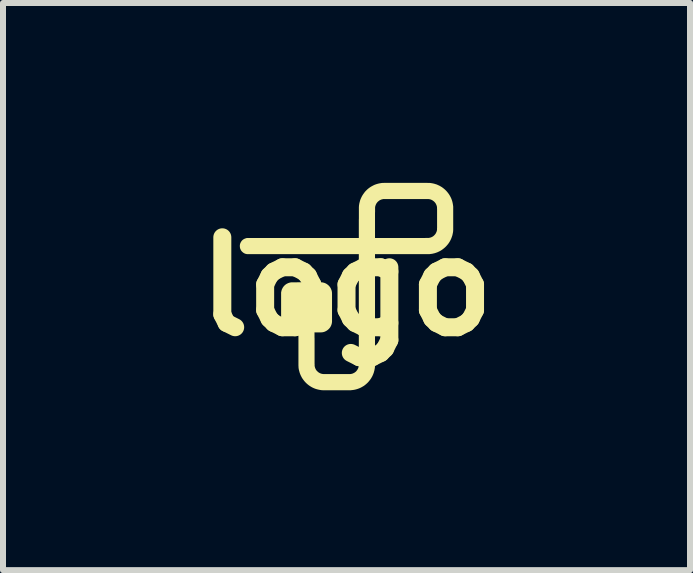
<source format=kicad_pcb>
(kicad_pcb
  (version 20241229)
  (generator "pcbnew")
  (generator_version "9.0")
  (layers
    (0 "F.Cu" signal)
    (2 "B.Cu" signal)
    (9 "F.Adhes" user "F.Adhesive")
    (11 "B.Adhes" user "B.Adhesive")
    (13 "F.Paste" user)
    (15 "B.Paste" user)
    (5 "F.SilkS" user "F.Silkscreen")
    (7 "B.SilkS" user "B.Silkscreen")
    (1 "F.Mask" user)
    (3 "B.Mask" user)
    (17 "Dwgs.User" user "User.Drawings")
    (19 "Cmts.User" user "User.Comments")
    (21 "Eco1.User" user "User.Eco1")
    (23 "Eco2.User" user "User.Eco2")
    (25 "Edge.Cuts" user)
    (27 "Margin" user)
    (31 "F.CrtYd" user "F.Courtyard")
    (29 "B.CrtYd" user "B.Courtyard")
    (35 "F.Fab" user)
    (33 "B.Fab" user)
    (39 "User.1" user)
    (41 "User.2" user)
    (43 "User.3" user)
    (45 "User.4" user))
  (footprint "logo"
    (layer "F.Cu")
    (at 2.729 1.729)
    (property "Reference" "logo" (at 0 0 0) (layer "F.SilkS") (effects (font (size 1.5 1.5) (thickness 0.3))))
    (attr board_only exclude_from_pos_files exclude_from_bom)
    (fp_poly (pts (xy 1.141 -1.729) (xy 1.162 -1.729) (xy 1.181 -1.729) (xy 1.199 -1.729) (xy 1.216 -1.729) (xy 1.232 -1.729) (xy 1.247 -1.729) (xy 1.262 -1.729) (xy 1.275 -1.729) (xy 1.287 -1.729) (xy 1.298 -1.729) (xy 1.309 -1.729) (xy 1.318 -1.729) (xy 1.327 -1.729) (xy 1.336 -1.729) (xy 1.343 -1.729) (xy 1.35 -1.729) (xy 1.356 -1.728) (xy 1.362 -1.728) (xy 1.367 -1.728) (xy 1.372 -1.728) (xy 1.376 -1.728) (xy 1.38 -1.728) (xy 1.384 -1.728) (xy 1.387 -1.728) (xy 1.389 -1.728) (xy 1.392 -1.728) (xy 1.394 -1.727) (xy 1.396 -1.727) (xy 1.398 -1.727) (xy 1.4 -1.727) (xy 1.402 -1.727) (xy 1.403 -1.726) (xy 1.405 -1.726) (xy 1.406 -1.726) (xy 1.408 -1.726) (xy 1.41 -1.726) (xy 1.412 -1.725) (xy 1.436 -1.721) (xy 1.459 -1.716) (xy 1.482 -1.709) (xy 1.505 -1.702) (xy 1.527 -1.692) (xy 1.549 -1.682) (xy 1.57 -1.67) (xy 1.59 -1.658) (xy 1.609 -1.644) (xy 1.628 -1.629) (xy 1.646 -1.613) (xy 1.663 -1.596) (xy 1.679 -1.578) (xy 1.694 -1.559) (xy 1.708 -1.54) (xy 1.721 -1.519) (xy 1.733 -1.497) (xy 1.744 -1.475) (xy 1.753 -1.452) (xy 1.761 -1.429) (xy 1.767 -1.406) (xy 1.772 -1.382) (xy 1.776 -1.357) (xy 1.779 -1.333) (xy 1.779 -1.331) (xy 1.779 -1.329) (xy 1.779 -1.326) (xy 1.779 -1.322) (xy 1.779 -1.317) (xy 1.779 -1.311) (xy 1.779 -1.304) (xy 1.779 -1.295) (xy 1.779 -1.286) (xy 1.779 -1.275) (xy 1.779 -1.263) (xy 1.779 -1.25) (xy 1.779 -1.235) (xy 1.779 -1.22) (xy 1.779 -1.203) (xy 1.779 -1.184) (xy 1.779 -1.165) (xy 1.779 -1.144) (xy 1.779 -1.127) (xy 1.779 -1.107) (xy 1.779 -1.089) (xy 1.779 -1.072) (xy 1.779 -1.056) (xy 1.779 -1.041) (xy 1.779 -1.028) (xy 1.779 -1.015) (xy 1.779 -1.004) (xy 1.779 -0.994) (xy 1.779 -0.984) (xy 1.779 -0.976) (xy 1.779 -0.968) (xy 1.779 -0.961) (xy 1.779 -0.955) (xy 1.779 -0.949) (xy 1.779 -0.944) (xy 1.779 -0.939) (xy 1.778 -0.935) (xy 1.778 -0.932) (xy 1.778 -0.929) (xy 1.778 -0.926) (xy 1.778 -0.923) (xy 1.777 -0.921) (xy 1.777 -0.918) (xy 1.777 -0.916) (xy 1.777 -0.914) (xy 1.776 -0.912) (xy 1.776 -0.909) (xy 1.776 -0.907) (xy 1.775 -0.905) (xy 1.775 -0.902) (xy 1.77 -0.878) (xy 1.765 -0.854) (xy 1.757 -0.831) (xy 1.749 -0.808) (xy 1.739 -0.785) (xy 1.728 -0.763) (xy 1.716 -0.742) (xy 1.708 -0.73) (xy 1.694 -0.71) (xy 1.679 -0.692) (xy 1.663 -0.674) (xy 1.646 -0.657) (xy 1.628 -0.641) (xy 1.609 -0.626) (xy 1.59 -0.612) (xy 1.57 -0.599) (xy 1.566 -0.597) (xy 1.56 -0.594) (xy 1.553 -0.59) (xy 1.546 -0.586) (xy 1.538 -0.583) (xy 1.531 -0.579) (xy 1.524 -0.576) (xy 1.517 -0.573) (xy 1.513 -0.571) (xy 1.493 -0.564) (xy 1.472 -0.557) (xy 1.451 -0.552) (xy 1.429 -0.547) (xy 1.407 -0.544) (xy 1.398 -0.543) (xy 1.384 -0.541) (xy 0.93 -0.541) (xy 0.475 -0.541) (xy 0.475 0.394) (xy 0.475 0.438) (xy 0.475 0.481) (xy 0.475 0.522) (xy 0.475 0.562) (xy 0.475 0.601) (xy 0.475 0.638) (xy 0.475 0.674) (xy 0.475 0.709) (xy 0.475 0.742) (xy 0.475 0.774) (xy 0.475 0.806) (xy 0.475 0.835) (xy 0.475 0.864) (xy 0.475 0.892) (xy 0.475 0.918) (xy 0.475 0.944) (xy 0.475 0.968) (xy 0.475 0.992) (xy 0.475 1.014) (xy 0.475 1.035) (xy 0.475 1.056) (xy 0.475 1.075) (xy 0.475 1.094) (xy 0.475 1.111) (xy 0.475 1.128) (xy 0.475 1.144) (xy 0.475 1.159) (xy 0.475 1.173) (xy 0.475 1.187) (xy 0.475 1.199) (xy 0.475 1.211) (xy 0.475 1.223) (xy 0.475 1.233) (xy 0.475 1.243) (xy 0.475 1.252) (xy 0.475 1.261) (xy 0.475 1.269) (xy 0.475 1.277) (xy 0.475 1.283) (xy 0.475 1.29) (xy 0.475 1.296) (xy 0.474 1.301) (xy 0.474 1.306) (xy 0.474 1.31) (xy 0.474 1.315) (xy 0.474 1.318) (xy 0.474 1.322) (xy 0.474 1.324) (xy 0.474 1.327) (xy 0.474 1.329) (xy 0.474 1.331) (xy 0.474 1.333) (xy 0.474 1.335) (xy 0.474 1.336) (xy 0.474 1.337) (xy 0.474 1.338) (xy 0.474 1.339) (xy 0.474 1.34) (xy 0.474 1.34) (xy 0.474 1.341) (xy 0.472 1.356) (xy 0.47 1.37) (xy 0.467 1.384) (xy 0.465 1.397) (xy 0.462 1.406) (xy 0.456 1.43) (xy 0.448 1.453) (xy 0.439 1.475) (xy 0.429 1.497) (xy 0.417 1.518) (xy 0.405 1.538) (xy 0.391 1.557) (xy 0.376 1.576) (xy 0.361 1.594) (xy 0.344 1.611) (xy 0.326 1.627) (xy 0.308 1.642) (xy 0.289 1.656) (xy 0.269 1.668) (xy 0.248 1.68) (xy 0.226 1.691) (xy 0.204 1.7) (xy 0.181 1.708) (xy 0.161 1.714) (xy 0.141 1.719) (xy 0.12 1.723) (xy 0.099 1.726) (xy 0.077 1.728) (xy 0.074 1.729) (xy 0.072 1.729) (xy 0.07 1.729) (xy 0.066 1.729) (xy 0.06 1.729) (xy 0.054 1.729) (xy 0.046 1.729) (xy 0.038 1.729) (xy 0.028 1.729) (xy 0.018 1.729) (xy 0.007 1.729) (xy -0.006 1.729) (xy -0.018 1.729) (xy -0.032 1.729) (xy -0.045 1.729) (xy -0.06 1.729) (xy -0.075 1.729) (xy -0.09 1.729) (xy -0.105 1.729) (xy -0.121 1.729) (xy -0.137 1.729) (xy -0.153 1.729) (xy -0.169 1.729) (xy -0.185 1.729) (xy -0.201 1.729) (xy -0.217 1.729) (xy -0.232 1.729) (xy -0.248 1.729) (xy -0.263 1.729) (xy -0.277 1.729) (xy -0.291 1.729) (xy -0.304 1.729) (xy -0.317 1.729) (xy -0.329 1.729) (xy -0.34 1.729) (xy -0.351 1.729) (xy -0.361 1.729) (xy -0.369 1.729) (xy -0.377 1.729) (xy -0.383 1.729) (xy -0.389 1.729) (xy -0.393 1.729) (xy -0.396 1.729) (xy -0.397 1.729) (xy -0.397 1.729) (xy -0.423 1.727) (xy -0.448 1.723) (xy -0.472 1.718) (xy -0.496 1.712) (xy -0.519 1.705) (xy -0.542 1.696) (xy -0.564 1.686) (xy -0.585 1.675) (xy -0.606 1.662) (xy -0.627 1.648) (xy -0.632 1.644) (xy -0.651 1.629) (xy -0.669 1.613) (xy -0.686 1.596) (xy -0.702 1.578) (xy -0.717 1.559) (xy -0.731 1.54) (xy -0.744 1.52) (xy -0.755 1.499) (xy -0.766 1.477) (xy -0.775 1.455) (xy -0.783 1.432) (xy -0.789 1.409) (xy -0.795 1.386) (xy -0.799 1.363) (xy -0.799 1.361) (xy -0.799 1.359) (xy -0.799 1.357) (xy -0.8 1.355) (xy -0.8 1.354) (xy -0.8 1.352) (xy -0.8 1.35) (xy -0.8 1.348) (xy -0.801 1.346) (xy -0.801 1.344) (xy -0.801 1.342) (xy -0.801 1.339) (xy -0.801 1.336) (xy -0.801 1.333) (xy -0.801 1.329) (xy -0.801 1.325) (xy -0.802 1.32) (xy -0.802 1.315) (xy -0.802 1.309) (xy -0.802 1.302) (xy -0.802 1.295) (xy -0.802 1.287) (xy -0.802 1.279) (xy -0.802 1.269) (xy -0.802 1.259) (xy -0.802 1.248) (xy -0.802 1.236) (xy -0.802 1.222) (xy -0.802 1.208) (xy -0.802 1.193) (xy -0.802 1.177) (xy -0.802 1.159) (xy -0.802 1.14) (xy -0.802 1.12) (xy -0.802 1.099) (xy -0.802 1.076) (xy -0.802 1.058) (xy -0.802 1.034) (xy -0.802 1.012) (xy -0.802 0.99) (xy -0.802 0.971) (xy -0.802 0.952) (xy -0.802 0.935) (xy -0.802 0.918) (xy -0.802 0.903) (xy -0.802 0.889) (xy -0.802 0.876) (xy -0.802 0.864) (xy -0.802 0.853) (xy -0.802 0.843) (xy -0.802 0.834) (xy -0.802 0.826) (xy -0.802 0.818) (xy -0.802 0.812) (xy -0.802 0.805) (xy -0.802 0.8) (xy -0.802 0.795) (xy -0.802 0.791) (xy -0.802 0.788) (xy -0.802 0.784) (xy -0.802 0.782) (xy -0.802 0.78) (xy -0.802 0.778) (xy -0.802 0.776) (xy -0.802 0.775) (xy -0.801 0.774) (xy -0.801 0.773) (xy -0.801 0.77) (xy -0.801 0.767) (xy -0.8 0.766) (xy -0.8 0.765) (xy -0.801 0.765) (xy -0.803 0.765) (xy -0.806 0.765) (xy -0.811 0.765) (xy -0.816 0.765) (xy -0.822 0.764) (xy -0.829 0.764) (xy -0.837 0.764) (xy -0.845 0.764) (xy -0.854 0.764) (xy -0.86 0.764) (xy -0.871 0.764) (xy -0.88 0.764) (xy -0.889 0.764) (xy -0.896 0.764) (xy -0.902 0.764) (xy -0.907 0.764) (xy -0.911 0.764) (xy -0.915 0.764) (xy -0.918 0.764) (xy -0.92 0.763) (xy -0.923 0.763) (xy -0.925 0.763) (xy -0.926 0.763) (xy -0.928 0.763) (xy -0.93 0.762) (xy -0.93 0.762) (xy -0.946 0.759) (xy -0.961 0.755) (xy -0.975 0.75) (xy -0.989 0.743) (xy -1.003 0.735) (xy -1.007 0.733) (xy -1.02 0.723) (xy -1.032 0.712) (xy -1.043 0.701) (xy -1.053 0.688) (xy -1.062 0.675) (xy -1.07 0.661) (xy -1.077 0.647) (xy -1.082 0.632) (xy -1.087 0.616) (xy -1.089 0.6) (xy -1.09 0.591) (xy -1.09 0.589) (xy -1.091 0.587) (xy -1.091 0.584) (xy -1.091 0.58) (xy -1.091 0.575) (xy -1.091 0.569) (xy -1.091 0.562) (xy -1.091 0.554) (xy -1.091 0.545) (xy -1.091 0.535) (xy -1.091 0.524) (xy -1.091 0.512) (xy -1.091 0.498) (xy -1.091 0.484) (xy -1.091 0.468) (xy -1.091 0.451) (xy -1.091 0.433) (xy -1.091 0.413) (xy -1.091 0.392) (xy -1.091 0.37) (xy -1.091 0.346) (xy -1.091 0.34) (xy -1.091 0.098) (xy -1.089 0.089) (xy -1.086 0.074) (xy -1.082 0.059) (xy -1.077 0.045) (xy -1.07 0.031) (xy -1.063 0.018) (xy -1.058 0.011) (xy -1.049 -0.002) (xy -1.038 -0.014) (xy -1.027 -0.025) (xy -1.014 -0.035) (xy -1.001 -0.044) (xy -0.987 -0.051) (xy -0.972 -0.058) (xy -0.957 -0.063) (xy -0.942 -0.067) (xy -0.933 -0.069) (xy -0.929 -0.07) (xy -0.925 -0.07) (xy -0.92 -0.071) (xy -0.918 -0.071) (xy -0.916 -0.071) (xy -0.914 -0.071) (xy -0.909 -0.071) (xy -0.904 -0.071) (xy -0.898 -0.071) (xy -0.89 -0.071) (xy -0.881 -0.071) (xy -0.872 -0.071) (xy -0.861 -0.071) (xy -0.85 -0.071) (xy -0.837 -0.071) (xy -0.825 -0.071) (xy -0.811 -0.072) (xy -0.797 -0.072) (xy -0.782 -0.072) (xy -0.767 -0.072) (xy -0.751 -0.072) (xy -0.736 -0.072) (xy -0.719 -0.072) (xy -0.703 -0.072) (xy -0.687 -0.072) (xy -0.67 -0.072) (xy -0.653 -0.072) (xy -0.637 -0.072) (xy -0.62 -0.072) (xy -0.604 -0.072) (xy -0.588 -0.072) (xy -0.573 -0.072) (xy -0.557 -0.072) (xy -0.542 -0.072) (xy -0.528 -0.072) (xy -0.514 -0.071) (xy -0.501 -0.071) (xy -0.488 -0.071) (xy -0.477 -0.071) (xy -0.466 -0.071) (xy -0.456 -0.071) (xy -0.447 -0.071) (xy -0.439 -0.071) (xy -0.432 -0.071) (xy -0.426 -0.071) (xy -0.421 -0.071) (xy -0.418 -0.071) (xy -0.416 -0.071) (xy -0.415 -0.071) (xy -0.399 -0.069) (xy -0.383 -0.065) (xy -0.368 -0.061) (xy -0.353 -0.055) (xy -0.339 -0.048) (xy -0.325 -0.039) (xy -0.313 -0.03) (xy -0.3 -0.019) (xy -0.289 -0.008) (xy -0.279 0.005) (xy -0.27 0.018) (xy -0.262 0.032) (xy -0.256 0.047) (xy -0.25 0.061) (xy -0.246 0.077) (xy -0.246 0.078) (xy -0.246 0.08) (xy -0.245 0.082) (xy -0.245 0.083) (xy -0.245 0.084) (xy -0.244 0.086) (xy -0.244 0.087) (xy -0.244 0.088) (xy -0.244 0.09) (xy -0.243 0.092) (xy -0.243 0.094) (xy -0.243 0.096) (xy -0.243 0.099) (xy -0.243 0.102) (xy -0.243 0.105) (xy -0.243 0.109) (xy -0.242 0.113) (xy -0.242 0.118) (xy -0.242 0.124) (xy -0.242 0.13) (xy -0.242 0.137) (xy -0.242 0.144) (xy -0.242 0.153) (xy -0.242 0.162) (xy -0.242 0.172) (xy -0.242 0.183) (xy -0.242 0.195) (xy -0.242 0.208) (xy -0.242 0.222) (xy -0.242 0.238) (xy -0.242 0.254) (xy -0.242 0.272) (xy -0.242 0.291) (xy -0.242 0.311) (xy -0.242 0.333) (xy -0.242 0.339) (xy -0.242 0.364) (xy -0.242 0.387) (xy -0.242 0.409) (xy -0.242 0.43) (xy -0.242 0.45) (xy -0.242 0.468) (xy -0.242 0.485) (xy -0.242 0.5) (xy -0.242 0.514) (xy -0.242 0.527) (xy -0.242 0.539) (xy -0.242 0.549) (xy -0.242 0.558) (xy -0.242 0.566) (xy -0.242 0.572) (xy -0.242 0.578) (xy -0.242 0.582) (xy -0.242 0.585) (xy -0.242 0.587) (xy -0.242 0.587) (xy -0.243 0.592) (xy -0.243 0.597) (xy -0.244 0.602) (xy -0.244 0.606) (xy -0.244 0.607) (xy -0.248 0.622) (xy -0.252 0.637) (xy -0.258 0.652) (xy -0.265 0.666) (xy -0.273 0.68) (xy -0.282 0.692) (xy -0.293 0.704) (xy -0.304 0.715) (xy -0.316 0.725) (xy -0.329 0.734) (xy -0.342 0.742) (xy -0.357 0.749) (xy -0.371 0.755) (xy -0.385 0.759) (xy -0.389 0.76) (xy -0.392 0.76) (xy -0.396 0.761) (xy -0.399 0.762) (xy -0.403 0.762) (xy -0.407 0.763) (xy -0.411 0.763) (xy -0.416 0.763) (xy -0.421 0.764) (xy -0.427 0.764) (xy -0.433 0.764) (xy -0.441 0.764) (xy -0.449 0.764) (xy -0.459 0.764) (xy -0.47 0.764) (xy -0.479 0.764) (xy -0.535 0.764) (xy -0.535 0.766) (xy -0.535 0.768) (xy -0.535 0.77) (xy -0.534 0.771) (xy -0.534 0.771) (xy -0.534 0.773) (xy -0.534 0.775) (xy -0.534 0.778) (xy -0.534 0.782) (xy -0.534 0.787) (xy -0.534 0.793) (xy -0.534 0.8) (xy -0.534 0.808) (xy -0.534 0.817) (xy -0.534 0.827) (xy -0.534 0.838) (xy -0.534 0.85) (xy -0.533 0.863) (xy -0.533 0.877) (xy -0.533 0.893) (xy -0.533 0.91) (xy -0.533 0.928) (xy -0.533 0.947) (xy -0.533 0.967) (xy -0.533 0.989) (xy -0.533 1.013) (xy -0.533 1.037) (xy -0.533 1.046) (xy -0.533 1.07) (xy -0.533 1.092) (xy -0.533 1.113) (xy -0.533 1.132) (xy -0.533 1.15) (xy -0.533 1.167) (xy -0.533 1.183) (xy -0.533 1.198) (xy -0.533 1.211) (xy -0.533 1.224) (xy -0.533 1.236) (xy -0.533 1.246) (xy -0.533 1.256) (xy -0.533 1.265) (xy -0.533 1.273) (xy -0.533 1.28) (xy -0.533 1.287) (xy -0.532 1.293) (xy -0.532 1.298) (xy -0.532 1.303) (xy -0.532 1.307) (xy -0.532 1.31) (xy -0.532 1.313) (xy -0.532 1.316) (xy -0.532 1.318) (xy -0.532 1.32) (xy -0.532 1.321) (xy -0.532 1.323) (xy -0.532 1.324) (xy -0.532 1.325) (xy -0.531 1.325) (xy -0.531 1.326) (xy -0.53 1.334) (xy -0.528 1.342) (xy -0.526 1.349) (xy -0.524 1.356) (xy -0.523 1.357) (xy -0.518 1.371) (xy -0.511 1.384) (xy -0.503 1.396) (xy -0.494 1.407) (xy -0.483 1.417) (xy -0.473 1.426) (xy -0.461 1.435) (xy -0.448 1.442) (xy -0.435 1.448) (xy -0.421 1.453) (xy -0.407 1.456) (xy -0.397 1.458) (xy -0.396 1.458) (xy -0.395 1.458) (xy -0.393 1.458) (xy -0.391 1.458) (xy -0.389 1.459) (xy -0.386 1.459) (xy -0.382 1.459) (xy -0.378 1.459) (xy -0.373 1.459) (xy -0.368 1.459) (xy -0.362 1.459) (xy -0.355 1.459) (xy -0.347 1.459) (xy -0.338 1.459) (xy -0.329 1.459) (xy -0.318 1.459) (xy -0.307 1.459) (xy -0.294 1.459) (xy -0.28 1.459) (xy -0.266 1.459) (xy -0.25 1.459) (xy -0.232 1.459) (xy -0.214 1.459) (xy -0.194 1.459) (xy -0.173 1.459) (xy -0.164 1.459) (xy -0.142 1.459) (xy -0.122 1.459) (xy -0.104 1.459) (xy -0.086 1.459) (xy -0.07 1.459) (xy -0.056 1.459) (xy -0.042 1.459) (xy -0.029 1.459) (xy -0.018 1.459) (xy -0.007 1.459) (xy 0.003 1.459) (xy 0.012 1.459) (xy 0.02 1.459) (xy 0.027 1.459) (xy 0.033 1.459) (xy 0.039 1.459) (xy 0.044 1.459) (xy 0.048 1.459) (xy 0.052 1.459) (xy 0.055 1.459) (xy 0.058 1.459) (xy 0.061 1.459) (xy 0.063 1.459) (xy 0.065 1.458) (xy 0.066 1.458) (xy 0.068 1.458) (xy 0.069 1.458) (xy 0.07 1.458) (xy 0.071 1.458) (xy 0.072 1.458) (xy 0.072 1.458) (xy 0.087 1.455) (xy 0.101 1.451) (xy 0.114 1.445) (xy 0.127 1.439) (xy 0.139 1.431) (xy 0.151 1.422) (xy 0.162 1.412) (xy 0.171 1.4) (xy 0.18 1.388) (xy 0.18 1.388) (xy 0.187 1.376) (xy 0.193 1.364) (xy 0.198 1.35) (xy 0.202 1.336) (xy 0.203 1.33) (xy 0.205 1.322) (xy 0.205 0.391) (xy 0.205 -0.541) (xy -0.725 -0.541) (xy -0.774 -0.541) (xy -0.821 -0.541) (xy -0.868 -0.541) (xy -0.913 -0.541) (xy -0.956 -0.541) (xy -0.998 -0.541) (xy -1.039 -0.541) (xy -1.078 -0.541) (xy -1.116 -0.541) (xy -1.153 -0.541) (xy -1.188 -0.541) (xy -1.222 -0.541) (xy -1.255 -0.541) (xy -1.286 -0.541) (xy -1.316 -0.541) (xy -1.345 -0.541) (xy -1.372 -0.541) (xy -1.399 -0.541) (xy -1.423 -0.541) (xy -1.447 -0.541) (xy -1.469 -0.541) (xy -1.49 -0.541) (xy -1.51 -0.541) (xy -1.528 -0.541) (xy -1.545 -0.541) (xy -1.561 -0.541) (xy -1.576 -0.541) (xy -1.59 -0.541) (xy -1.602 -0.541) (xy -1.613 -0.541) (xy -1.623 -0.541) (xy -1.632 -0.541) (xy -1.64 -0.541) (xy -1.646 -0.541) (xy -1.651 -0.541) (xy -1.655 -0.541) (xy -1.658 -0.541) (xy -1.66 -0.541) (xy -1.661 -0.541) (xy -1.674 -0.544) (xy -1.688 -0.547) (xy -1.7 -0.552) (xy -1.712 -0.559) (xy -1.724 -0.566) (xy -1.734 -0.575) (xy -1.744 -0.584) (xy -1.753 -0.595) (xy -1.757 -0.6) (xy -1.762 -0.608) (xy -1.766 -0.617) (xy -1.77 -0.626) (xy -1.774 -0.636) (xy -1.776 -0.644) (xy -1.776 -0.645) (xy -1.778 -0.656) (xy -1.779 -0.668) (xy -1.779 -0.679) (xy -1.779 -0.691) (xy -1.777 -0.702) (xy -1.776 -0.709) (xy -1.771 -0.722) (xy -1.766 -0.734) (xy -1.759 -0.746) (xy -1.752 -0.757) (xy -1.743 -0.768) (xy -1.733 -0.777) (xy -1.723 -0.785) (xy -1.711 -0.792) (xy -1.699 -0.798) (xy -1.686 -0.803) (xy -1.672 -0.807) (xy -1.671 -0.808) (xy -1.662 -0.81) (xy -0.729 -0.81) (xy 0.11 -0.81) (xy 0.475 -0.81) (xy 0.922 -0.81) (xy 0.952 -0.81) (xy 0.981 -0.81) (xy 1.009 -0.81) (xy 1.035 -0.81) (xy 1.06 -0.81) (xy 1.083 -0.81) (xy 1.106 -0.81) (xy 1.127 -0.81) (xy 1.147 -0.81) (xy 1.166 -0.81) (xy 1.184 -0.81) (xy 1.201 -0.81) (xy 1.216 -0.81) (xy 1.231 -0.81) (xy 1.245 -0.81) (xy 1.258 -0.81) (xy 1.27 -0.81) (xy 1.281 -0.81) (xy 1.291 -0.81) (xy 1.301 -0.81) (xy 1.309 -0.81) (xy 1.317 -0.811) (xy 1.325 -0.811) (xy 1.331 -0.811) (xy 1.337 -0.811) (xy 1.343 -0.811) (xy 1.348 -0.811) (xy 1.352 -0.811) (xy 1.356 -0.811) (xy 1.359 -0.811) (xy 1.362 -0.811) (xy 1.365 -0.811) (xy 1.367 -0.811) (xy 1.369 -0.811) (xy 1.371 -0.811) (xy 1.372 -0.811) (xy 1.373 -0.811) (xy 1.374 -0.811) (xy 1.375 -0.811) (xy 1.376 -0.811) (xy 1.376 -0.812) (xy 1.376 -0.812) (xy 1.391 -0.815) (xy 1.405 -0.819) (xy 1.418 -0.824) (xy 1.431 -0.831) (xy 1.44 -0.836) (xy 1.452 -0.845) (xy 1.463 -0.855) (xy 1.473 -0.866) (xy 1.482 -0.877) (xy 1.49 -0.89) (xy 1.496 -0.903) (xy 1.502 -0.916) (xy 1.506 -0.931) (xy 1.509 -0.945) (xy 1.509 -0.947) (xy 1.509 -0.948) (xy 1.509 -0.95) (xy 1.509 -0.952) (xy 1.509 -0.954) (xy 1.509 -0.957) (xy 1.509 -0.961) (xy 1.509 -0.965) (xy 1.509 -0.971) (xy 1.51 -0.977) (xy 1.51 -0.983) (xy 1.51 -0.991) (xy 1.51 -1) (xy 1.51 -1.009) (xy 1.51 -1.02) (xy 1.51 -1.032) (xy 1.51 -1.045) (xy 1.51 -1.059) (xy 1.51 -1.074) (xy 1.51 -1.09) (xy 1.51 -1.108) (xy 1.51 -1.127) (xy 1.51 -1.136) (xy 1.51 -1.155) (xy 1.51 -1.173) (xy 1.51 -1.189) (xy 1.51 -1.205) (xy 1.51 -1.219) (xy 1.51 -1.232) (xy 1.51 -1.244) (xy 1.51 -1.255) (xy 1.51 -1.265) (xy 1.51 -1.274) (xy 1.51 -1.282) (xy 1.51 -1.289) (xy 1.51 -1.295) (xy 1.509 -1.301) (xy 1.509 -1.306) (xy 1.509 -1.311) (xy 1.509 -1.315) (xy 1.509 -1.318) (xy 1.509 -1.321) (xy 1.509 -1.324) (xy 1.508 -1.326) (xy 1.508 -1.328) (xy 1.508 -1.33) (xy 1.508 -1.332) (xy 1.507 -1.333) (xy 1.507 -1.335) (xy 1.507 -1.336) (xy 1.506 -1.338) (xy 1.506 -1.339) (xy 1.505 -1.341) (xy 1.505 -1.342) (xy 1.501 -1.356) (xy 1.495 -1.369) (xy 1.489 -1.382) (xy 1.481 -1.394) (xy 1.472 -1.405) (xy 1.462 -1.416) (xy 1.451 -1.425) (xy 1.439 -1.434) (xy 1.429 -1.44) (xy 1.416 -1.447) (xy 1.403 -1.452) (xy 1.389 -1.456) (xy 1.375 -1.458) (xy 1.372 -1.458) (xy 1.371 -1.459) (xy 1.369 -1.459) (xy 1.366 -1.459) (xy 1.362 -1.459) (xy 1.357 -1.459) (xy 1.352 -1.459) (xy 1.345 -1.459) (xy 1.338 -1.459) (xy 1.329 -1.459) (xy 1.319 -1.459) (xy 1.309 -1.459) (xy 1.297 -1.459) (xy 1.284 -1.459) (xy 1.27 -1.459) (xy 1.255 -1.459) (xy 1.238 -1.459) (xy 1.221 -1.459) (xy 1.202 -1.459) (xy 1.182 -1.459) (xy 1.161 -1.459) (xy 1.138 -1.459) (xy 1.114 -1.459) (xy 1.089 -1.459) (xy 1.062 -1.459) (xy 1.034 -1.459) (xy 1.005 -1.459) (xy 0.988 -1.459) (xy 0.612 -1.459) (xy 0.604 -1.457) (xy 0.589 -1.454) (xy 0.575 -1.449) (xy 0.561 -1.443) (xy 0.548 -1.436) (xy 0.541 -1.43) (xy 0.529 -1.421) (xy 0.518 -1.411) (xy 0.509 -1.4) (xy 0.5 -1.388) (xy 0.493 -1.375) (xy 0.487 -1.362) (xy 0.482 -1.348) (xy 0.478 -1.334) (xy 0.476 -1.32) (xy 0.476 -1.319) (xy 0.476 -1.316) (xy 0.476 -1.312) (xy 0.476 -1.306) (xy 0.476 -1.299) (xy 0.476 -1.291) (xy 0.476 -1.281) (xy 0.476 -1.271) (xy 0.476 -1.258) (xy 0.476 -1.245) (xy 0.475 -1.23) (xy 0.475 -1.214) (xy 0.475 -1.197) (xy 0.475 -1.179) (xy 0.475 -1.16) (xy 0.475 -1.139) (xy 0.475 -1.117) (xy 0.475 -1.094) (xy 0.475 -1.07) (xy 0.475 -1.062) (xy 0.475 -0.81) (xy 0.11 -0.81) (xy 0.205 -0.81) (xy 0.205 -1.069) (xy 0.205 -1.092) (xy 0.205 -1.114) (xy 0.206 -1.134) (xy 0.206 -1.154) (xy 0.206 -1.172) (xy 0.206 -1.188) (xy 0.206 -1.204) (xy 0.206 -1.218) (xy 0.206 -1.232) (xy 0.206 -1.244) (xy 0.206 -1.255) (xy 0.206 -1.266) (xy 0.206 -1.276) (xy 0.206 -1.284) (xy 0.206 -1.293) (xy 0.206 -1.3) (xy 0.206 -1.307) (xy 0.206 -1.313) (xy 0.206 -1.318) (xy 0.206 -1.323) (xy 0.206 -1.327) (xy 0.207 -1.331) (xy 0.207 -1.335) (xy 0.207 -1.338) (xy 0.207 -1.341) (xy 0.207 -1.343) (xy 0.207 -1.346) (xy 0.208 -1.348) (xy 0.208 -1.35) (xy 0.208 -1.352) (xy 0.208 -1.354) (xy 0.209 -1.356) (xy 0.209 -1.358) (xy 0.209 -1.36) (xy 0.21 -1.363) (xy 0.21 -1.365) (xy 0.214 -1.389) (xy 0.22 -1.412) (xy 0.226 -1.435) (xy 0.234 -1.458) (xy 0.244 -1.48) (xy 0.254 -1.501) (xy 0.266 -1.522) (xy 0.279 -1.542) (xy 0.293 -1.561) (xy 0.307 -1.58) (xy 0.323 -1.597) (xy 0.34 -1.614) (xy 0.358 -1.63) (xy 0.377 -1.645) (xy 0.397 -1.659) (xy 0.417 -1.671) (xy 0.439 -1.683) (xy 0.461 -1.694) (xy 0.463 -1.695) (xy 0.484 -1.703) (xy 0.505 -1.71) (xy 0.527 -1.716) (xy 0.549 -1.721) (xy 0.572 -1.725) (xy 0.593 -1.728) (xy 0.594 -1.728) (xy 0.595 -1.728) (xy 0.596 -1.728) (xy 0.597 -1.728) (xy 0.599 -1.728) (xy 0.6 -1.728) (xy 0.602 -1.728) (xy 0.605 -1.728) (xy 0.607 -1.728) (xy 0.61 -1.728) (xy 0.613 -1.728) (xy 0.617 -1.728) (xy 0.621 -1.729) (xy 0.626 -1.729) (xy 0.631 -1.729) (xy 0.637 -1.729) (xy 0.644 -1.729) (xy 0.651 -1.729) (xy 0.659 -1.729) (xy 0.667 -1.729) (xy 0.676 -1.729) (xy 0.686 -1.729) (xy 0.697 -1.729) (xy 0.709 -1.729) (xy 0.722 -1.729) (xy 0.736 -1.729) (xy 0.75 -1.729) (xy 0.766 -1.729) (xy 0.783 -1.729) (xy 0.8 -1.729) (xy 0.819 -1.729) (xy 0.839 -1.729) (xy 0.861 -1.729) (xy 0.883 -1.729) (xy 0.907 -1.729) (xy 0.932 -1.729) (xy 0.959 -1.729) (xy 0.986 -1.729) (xy 0.992 -1.729) (xy 1.02 -1.729) (xy 1.047 -1.729) (xy 1.072 -1.729) (xy 1.097 -1.729) (xy 1.12 -1.729)) (stroke (width 0) (type solid)) (fill yes) (layer "F.SilkS")))
  (gr_rect
    (start -3 -3)
    (end 8.457 6.458)
    (stroke (width 0.1) (type default))
    (fill no)
    (layer "Edge.Cuts")))
</source>
